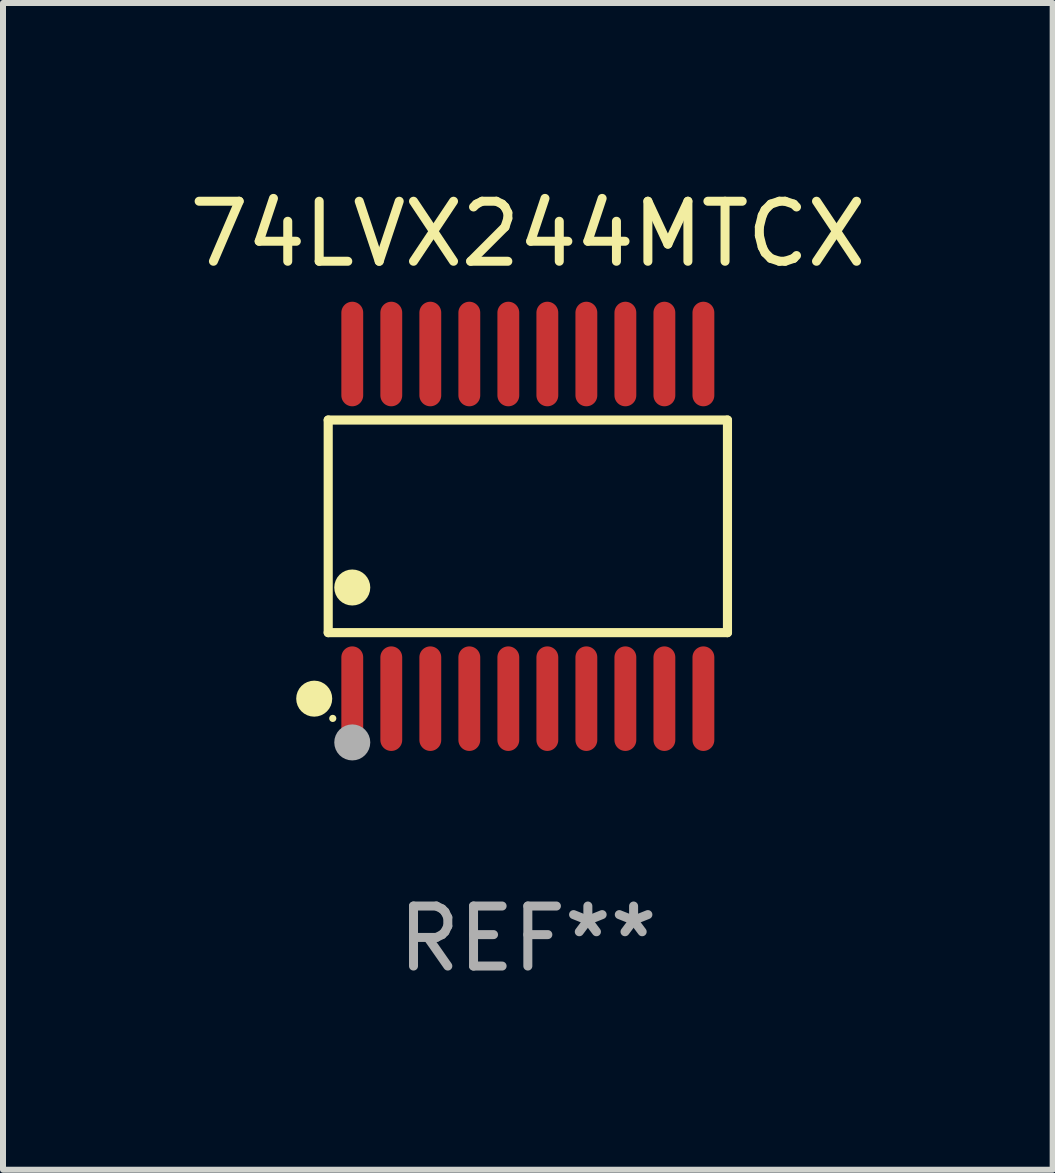
<source format=kicad_pcb>
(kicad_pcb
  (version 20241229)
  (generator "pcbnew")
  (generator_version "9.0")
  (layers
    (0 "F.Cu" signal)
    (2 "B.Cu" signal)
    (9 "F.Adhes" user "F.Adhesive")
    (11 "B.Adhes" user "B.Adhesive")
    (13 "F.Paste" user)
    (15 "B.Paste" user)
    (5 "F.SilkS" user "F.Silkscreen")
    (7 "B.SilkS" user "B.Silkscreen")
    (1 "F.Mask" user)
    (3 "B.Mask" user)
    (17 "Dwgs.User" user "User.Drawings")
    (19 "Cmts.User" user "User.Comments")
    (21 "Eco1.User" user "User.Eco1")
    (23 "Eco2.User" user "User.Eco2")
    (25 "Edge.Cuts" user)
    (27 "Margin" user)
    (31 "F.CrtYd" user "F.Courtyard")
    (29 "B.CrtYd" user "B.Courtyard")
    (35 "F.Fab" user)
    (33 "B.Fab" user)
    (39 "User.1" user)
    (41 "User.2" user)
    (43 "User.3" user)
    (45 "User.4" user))
  (footprint "74LVX244MTCX"
    (layer "F.Cu")
    (at 5.744 5.719)
    (property "Reference" "74LVX244MTCX" (at 0 -4.871 0) (layer "F.SilkS") (effects (font (size 1 1) (thickness 0.15))))
    (attr through_hole)
    (fp_line (start -3.326 -1.771) (end 3.326 -1.771) (stroke (width 0.152) (type solid)) (layer "F.SilkS"))
    (fp_line (start -3.326 1.771) (end -3.326 -1.771) (stroke (width 0.152) (type solid)) (layer "F.SilkS"))
    (fp_line (start 3.326 -1.771) (end 3.326 1.771) (stroke (width 0.152) (type solid)) (layer "F.SilkS"))
    (fp_line (start 3.326 1.771) (end -3.326 1.771) (stroke (width 0.152) (type solid)) (layer "F.SilkS"))
    (fp_circle (center -3.559 2.871) (end -3.409 2.871) (stroke (width 0.3) (type solid)) (fill no) (layer "F.SilkS"))
    (fp_circle (center -3.25 3.2) (end -3.22 3.2) (stroke (width 0.06) (type solid)) (fill no) (layer "F.SilkS"))
    (fp_circle (center -2.925 1.019) (end -2.775 1.019) (stroke (width 0.3) (type solid)) (fill no) (layer "F.SilkS"))
    (fp_circle (center -2.925 3.6) (end -2.775 3.6) (stroke (width 0.3) (type solid)) (fill no) (layer "F.Fab"))
    (fp_text user "REF**" (at 0 6.871 0) (layer "F.Fab") (effects (font (size 1 1) (thickness 0.15))))
    (pad "1" smd oval (at -2.925 2.871) (size 0.364 1.742) (layers "F.Cu" "F.Mask" "F.Paste"))
    (pad "2" smd oval (at -2.275 2.871) (size 0.364 1.742) (layers "F.Cu" "F.Mask" "F.Paste"))
    (pad "3" smd oval (at -1.625 2.871) (size 0.364 1.742) (layers "F.Cu" "F.Mask" "F.Paste"))
    (pad "4" smd oval (at -0.975 2.871) (size 0.364 1.742) (layers "F.Cu" "F.Mask" "F.Paste"))
    (pad "5" smd oval (at -0.325 2.871) (size 0.364 1.742) (layers "F.Cu" "F.Mask" "F.Paste"))
    (pad "6" smd oval (at 0.325 2.871) (size 0.364 1.742) (layers "F.Cu" "F.Mask" "F.Paste"))
    (pad "7" smd oval (at 0.975 2.871) (size 0.364 1.742) (layers "F.Cu" "F.Mask" "F.Paste"))
    (pad "8" smd oval (at 1.625 2.871) (size 0.364 1.742) (layers "F.Cu" "F.Mask" "F.Paste"))
    (pad "9" smd oval (at 2.275 2.871) (size 0.364 1.742) (layers "F.Cu" "F.Mask" "F.Paste"))
    (pad "10" smd oval (at 2.925 2.871) (size 0.364 1.742) (layers "F.Cu" "F.Mask" "F.Paste"))
    (pad "11" smd oval (at 2.925 -2.871) (size 0.364 1.742) (layers "F.Cu" "F.Mask" "F.Paste"))
    (pad "12" smd oval (at 2.275 -2.871) (size 0.364 1.742) (layers "F.Cu" "F.Mask" "F.Paste"))
    (pad "13" smd oval (at 1.625 -2.871) (size 0.364 1.742) (layers "F.Cu" "F.Mask" "F.Paste"))
    (pad "14" smd oval (at 0.975 -2.871) (size 0.364 1.742) (layers "F.Cu" "F.Mask" "F.Paste"))
    (pad "15" smd oval (at 0.325 -2.871) (size 0.364 1.742) (layers "F.Cu" "F.Mask" "F.Paste"))
    (pad "16" smd oval (at -0.325 -2.871) (size 0.364 1.742) (layers "F.Cu" "F.Mask" "F.Paste"))
    (pad "17" smd oval (at -0.975 -2.871) (size 0.364 1.742) (layers "F.Cu" "F.Mask" "F.Paste"))
    (pad "18" smd oval (at -1.625 -2.871) (size 0.364 1.742) (layers "F.Cu" "F.Mask" "F.Paste"))
    (pad "19" smd oval (at -2.275 -2.871) (size 0.364 1.742) (layers "F.Cu" "F.Mask" "F.Paste"))
    (pad "20" smd oval (at -2.925 -2.871) (size 0.364 1.742) (layers "F.Cu" "F.Mask" "F.Paste")))
  (gr_rect
    (start -3 -3)
    (end 14.488 16.438)
    (stroke (width 0.1) (type default))
    (fill no)
    (layer "Edge.Cuts")))
</source>
